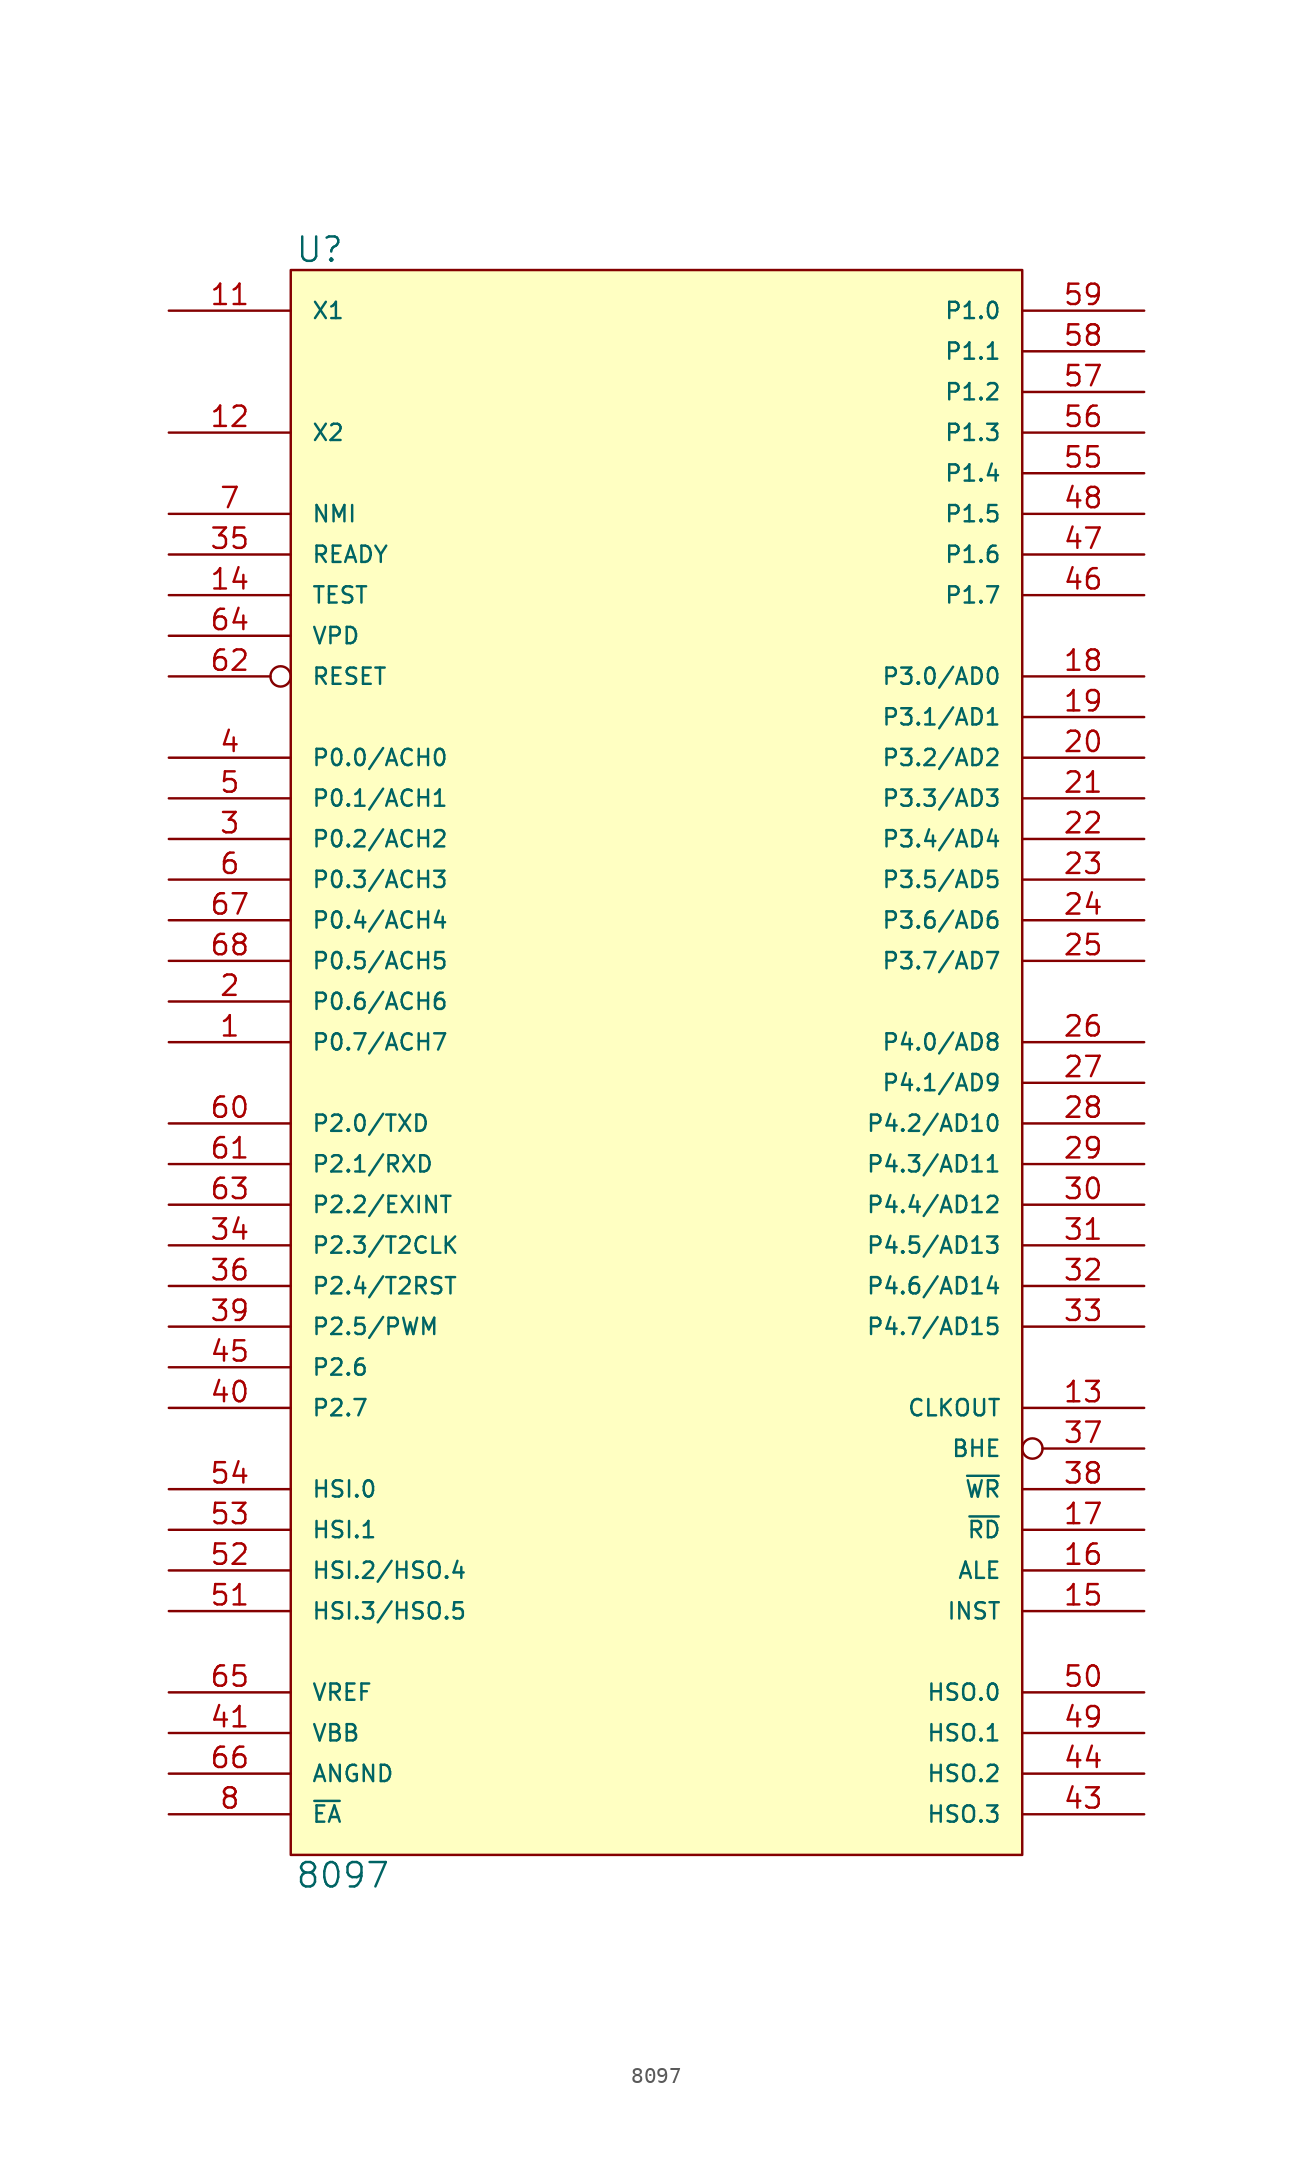
<source format=kicad_sym>
(kicad_symbol_lib
  (version 20231120)
  (generator "kicad_symbol_editor")
  (generator_version "8.0")
  (symbol "8097"
    (pin_names
      (offset 1.27))
    (property "Reference" "U"
      (at 0.254 0.381 0)
      (effects (font (size 1.524 1.524)) (justify left bottom)))
    (property "Value" "8097"
      (at 0.254 -99.441 0)
      (effects (font (size 1.524 1.524)) (justify left top)))
    (symbol "8097_0_1"
      (rectangle (start 0 0) (end 45.72 -99.06) (stroke (width 0) (type solid)) (fill (type background))))
    (symbol "8097_1_1"
      (pin input line (at -7.62 -48.26 0) (length 7.62) (name "P0.7/ACH7" (effects (font (size 1.016 1.016)))) (number "1" (effects (font (size 1.27 1.27)))))
      (pin power_in line (at 0 -99.06 90) (length 0) hide (name "VSS" (effects (font (size 1.016 1.016)))) (number "10" (effects (font (size 1.27 1.27)))))
      (pin input line (at -7.62 -2.54 0) (length 7.62) (name "X1" (effects (font (size 1.016 1.016)))) (number "11" (effects (font (size 1.27 1.27)))))
      (pin input line (at -7.62 -10.16 0) (length 7.62) (name "X2" (effects (font (size 1.016 1.016)))) (number "12" (effects (font (size 1.27 1.27)))))
      (pin output line (at 53.34 -71.12 180) (length 7.62) (name "CLKOUT" (effects (font (size 1.016 1.016)))) (number "13" (effects (font (size 1.27 1.27)))))
      (pin input line (at -7.62 -20.32 0) (length 7.62) (name "TEST" (effects (font (size 1.016 1.016)))) (number "14" (effects (font (size 1.27 1.27)))))
      (pin output line (at 53.34 -83.82 180) (length 7.62) (name "INST" (effects (font (size 1.016 1.016)))) (number "15" (effects (font (size 1.27 1.27)))))
      (pin output line (at 53.34 -81.28 180) (length 7.62) (name "ALE" (effects (font (size 1.016 1.016)))) (number "16" (effects (font (size 1.27 1.27)))))
      (pin output line (at 53.34 -78.74 180) (length 7.62) (name "~{RD}" (effects (font (size 1.016 1.016)))) (number "17" (effects (font (size 1.27 1.27)))))
      (pin bidirectional line (at 53.34 -25.4 180) (length 7.62) (name "P3.0/AD0" (effects (font (size 1.016 1.016)))) (number "18" (effects (font (size 1.27 1.27)))))
      (pin bidirectional line (at 53.34 -27.94 180) (length 7.62) (name "P3.1/AD1" (effects (font (size 1.016 1.016)))) (number "19" (effects (font (size 1.27 1.27)))))
      (pin input line (at -7.62 -45.72 0) (length 7.62) (name "P0.6/ACH6" (effects (font (size 1.016 1.016)))) (number "2" (effects (font (size 1.27 1.27)))))
      (pin bidirectional line (at 53.34 -30.48 180) (length 7.62) (name "P3.2/AD2" (effects (font (size 1.016 1.016)))) (number "20" (effects (font (size 1.27 1.27)))))
      (pin bidirectional line (at 53.34 -33.02 180) (length 7.62) (name "P3.3/AD3" (effects (font (size 1.016 1.016)))) (number "21" (effects (font (size 1.27 1.27)))))
      (pin bidirectional line (at 53.34 -35.56 180) (length 7.62) (name "P3.4/AD4" (effects (font (size 1.016 1.016)))) (number "22" (effects (font (size 1.27 1.27)))))
      (pin bidirectional line (at 53.34 -38.1 180) (length 7.62) (name "P3.5/AD5" (effects (font (size 1.016 1.016)))) (number "23" (effects (font (size 1.27 1.27)))))
      (pin bidirectional line (at 53.34 -40.64 180) (length 7.62) (name "P3.6/AD6" (effects (font (size 1.016 1.016)))) (number "24" (effects (font (size 1.27 1.27)))))
      (pin bidirectional line (at 53.34 -43.18 180) (length 7.62) (name "P3.7/AD7" (effects (font (size 1.016 1.016)))) (number "25" (effects (font (size 1.27 1.27)))))
      (pin bidirectional line (at 53.34 -48.26 180) (length 7.62) (name "P4.0/AD8" (effects (font (size 1.016 1.016)))) (number "26" (effects (font (size 1.27 1.27)))))
      (pin bidirectional line (at 53.34 -50.8 180) (length 7.62) (name "P4.1/AD9" (effects (font (size 1.016 1.016)))) (number "27" (effects (font (size 1.27 1.27)))))
      (pin bidirectional line (at 53.34 -53.34 180) (length 7.62) (name "P4.2/AD10" (effects (font (size 1.016 1.016)))) (number "28" (effects (font (size 1.27 1.27)))))
      (pin bidirectional line (at 53.34 -55.88 180) (length 7.62) (name "P4.3/AD11" (effects (font (size 1.016 1.016)))) (number "29" (effects (font (size 1.27 1.27)))))
      (pin input line (at -7.62 -35.56 0) (length 7.62) (name "P0.2/ACH2" (effects (font (size 1.016 1.016)))) (number "3" (effects (font (size 1.27 1.27)))))
      (pin bidirectional line (at 53.34 -58.42 180) (length 7.62) (name "P4.4/AD12" (effects (font (size 1.016 1.016)))) (number "30" (effects (font (size 1.27 1.27)))))
      (pin bidirectional line (at 53.34 -60.96 180) (length 7.62) (name "P4.5/AD13" (effects (font (size 1.016 1.016)))) (number "31" (effects (font (size 1.27 1.27)))))
      (pin bidirectional line (at 53.34 -63.5 180) (length 7.62) (name "P4.6/AD14" (effects (font (size 1.016 1.016)))) (number "32" (effects (font (size 1.27 1.27)))))
      (pin bidirectional line (at 53.34 -66.04 180) (length 7.62) (name "P4.7/AD15" (effects (font (size 1.016 1.016)))) (number "33" (effects (font (size 1.27 1.27)))))
      (pin input line (at -7.62 -60.96 0) (length 7.62) (name "P2.3/T2CLK" (effects (font (size 1.016 1.016)))) (number "34" (effects (font (size 1.27 1.27)))))
      (pin input line (at -7.62 -17.78 0) (length 7.62) (name "READY" (effects (font (size 1.016 1.016)))) (number "35" (effects (font (size 1.27 1.27)))))
      (pin input line (at -7.62 -63.5 0) (length 7.62) (name "P2.4/T2RST" (effects (font (size 1.016 1.016)))) (number "36" (effects (font (size 1.27 1.27)))))
      (pin output inverted (at 53.34 -73.66 180) (length 7.62) (name "BHE" (effects (font (size 1.016 1.016)))) (number "37" (effects (font (size 1.27 1.27)))))
      (pin output line (at 53.34 -76.2 180) (length 7.62) (name "~{WR}" (effects (font (size 1.016 1.016)))) (number "38" (effects (font (size 1.27 1.27)))))
      (pin output line (at -7.62 -66.04 0) (length 7.62) (name "P2.5/PWM" (effects (font (size 1.016 1.016)))) (number "39" (effects (font (size 1.27 1.27)))))
      (pin input line (at -7.62 -30.48 0) (length 7.62) (name "P0.0/ACH0" (effects (font (size 1.016 1.016)))) (number "4" (effects (font (size 1.27 1.27)))))
      (pin bidirectional line (at -7.62 -71.12 0) (length 7.62) (name "P2.7" (effects (font (size 1.016 1.016)))) (number "40" (effects (font (size 1.27 1.27)))))
      (pin input line (at -7.62 -91.44 0) (length 7.62) (name "VBB" (effects (font (size 1.016 1.016)))) (number "41" (effects (font (size 1.27 1.27)))))
      (pin power_in line (at 10.16 -99.06 90) (length 0) hide (name "VSS" (effects (font (size 1.016 1.016)))) (number "42" (effects (font (size 1.27 1.27)))))
      (pin output line (at 53.34 -96.52 180) (length 7.62) (name "HSO.3" (effects (font (size 1.016 1.016)))) (number "43" (effects (font (size 1.27 1.27)))))
      (pin output line (at 53.34 -93.98 180) (length 7.62) (name "HSO.2" (effects (font (size 1.016 1.016)))) (number "44" (effects (font (size 1.27 1.27)))))
      (pin bidirectional line (at -7.62 -68.58 0) (length 7.62) (name "P2.6" (effects (font (size 1.016 1.016)))) (number "45" (effects (font (size 1.27 1.27)))))
      (pin bidirectional line (at 53.34 -20.32 180) (length 7.62) (name "P1.7" (effects (font (size 1.016 1.016)))) (number "46" (effects (font (size 1.27 1.27)))))
      (pin bidirectional line (at 53.34 -17.78 180) (length 7.62) (name "P1.6" (effects (font (size 1.016 1.016)))) (number "47" (effects (font (size 1.27 1.27)))))
      (pin bidirectional line (at 53.34 -15.24 180) (length 7.62) (name "P1.5" (effects (font (size 1.016 1.016)))) (number "48" (effects (font (size 1.27 1.27)))))
      (pin output line (at 53.34 -91.44 180) (length 7.62) (name "HSO.1" (effects (font (size 1.016 1.016)))) (number "49" (effects (font (size 1.27 1.27)))))
      (pin input line (at -7.62 -33.02 0) (length 7.62) (name "P0.1/ACH1" (effects (font (size 1.016 1.016)))) (number "5" (effects (font (size 1.27 1.27)))))
      (pin output line (at 53.34 -88.9 180) (length 7.62) (name "HSO.0" (effects (font (size 1.016 1.016)))) (number "50" (effects (font (size 1.27 1.27)))))
      (pin bidirectional line (at -7.62 -83.82 0) (length 7.62) (name "HSI.3/HSO.5" (effects (font (size 1.016 1.016)))) (number "51" (effects (font (size 1.27 1.27)))))
      (pin bidirectional line (at -7.62 -81.28 0) (length 7.62) (name "HSI.2/HSO.4" (effects (font (size 1.016 1.016)))) (number "52" (effects (font (size 1.27 1.27)))))
      (pin input line (at -7.62 -78.74 0) (length 7.62) (name "HSI.1" (effects (font (size 1.016 1.016)))) (number "53" (effects (font (size 1.27 1.27)))))
      (pin input line (at -7.62 -76.2 0) (length 7.62) (name "HSI.0" (effects (font (size 1.016 1.016)))) (number "54" (effects (font (size 1.27 1.27)))))
      (pin bidirectional line (at 53.34 -12.7 180) (length 7.62) (name "P1.4" (effects (font (size 1.016 1.016)))) (number "55" (effects (font (size 1.27 1.27)))))
      (pin bidirectional line (at 53.34 -10.16 180) (length 7.62) (name "P1.3" (effects (font (size 1.016 1.016)))) (number "56" (effects (font (size 1.27 1.27)))))
      (pin bidirectional line (at 53.34 -7.62 180) (length 7.62) (name "P1.2" (effects (font (size 1.016 1.016)))) (number "57" (effects (font (size 1.27 1.27)))))
      (pin bidirectional line (at 53.34 -5.08 180) (length 7.62) (name "P1.1" (effects (font (size 1.016 1.016)))) (number "58" (effects (font (size 1.27 1.27)))))
      (pin bidirectional line (at 53.34 -2.54 180) (length 7.62) (name "P1.0" (effects (font (size 1.016 1.016)))) (number "59" (effects (font (size 1.27 1.27)))))
      (pin input line (at -7.62 -38.1 0) (length 7.62) (name "P0.3/ACH3" (effects (font (size 1.016 1.016)))) (number "6" (effects (font (size 1.27 1.27)))))
      (pin output line (at -7.62 -53.34 0) (length 7.62) (name "P2.0/TXD" (effects (font (size 1.016 1.016)))) (number "60" (effects (font (size 1.27 1.27)))))
      (pin input line (at -7.62 -55.88 0) (length 7.62) (name "P2.1/RXD" (effects (font (size 1.016 1.016)))) (number "61" (effects (font (size 1.27 1.27)))))
      (pin input inverted (at -7.62 -25.4 0) (length 7.62) (name "RESET" (effects (font (size 1.016 1.016)))) (number "62" (effects (font (size 1.27 1.27)))))
      (pin input line (at -7.62 -58.42 0) (length 7.62) (name "P2.2/EXINT" (effects (font (size 1.016 1.016)))) (number "63" (effects (font (size 1.27 1.27)))))
      (pin input line (at -7.62 -22.86 0) (length 7.62) (name "VPD" (effects (font (size 1.016 1.016)))) (number "64" (effects (font (size 1.27 1.27)))))
      (pin input line (at -7.62 -88.9 0) (length 7.62) (name "VREF" (effects (font (size 1.016 1.016)))) (number "65" (effects (font (size 1.27 1.27)))))
      (pin input line (at -7.62 -93.98 0) (length 7.62) (name "ANGND" (effects (font (size 1.016 1.016)))) (number "66" (effects (font (size 1.27 1.27)))))
      (pin input line (at -7.62 -40.64 0) (length 7.62) (name "P0.4/ACH4" (effects (font (size 1.016 1.016)))) (number "67" (effects (font (size 1.27 1.27)))))
      (pin input line (at -7.62 -43.18 0) (length 7.62) (name "P0.5/ACH5" (effects (font (size 1.016 1.016)))) (number "68" (effects (font (size 1.27 1.27)))))
      (pin input line (at -7.62 -15.24 0) (length 7.62) (name "NMI" (effects (font (size 1.016 1.016)))) (number "7" (effects (font (size 1.27 1.27)))))
      (pin input line (at -7.62 -96.52 0) (length 7.62) (name "~{EA}" (effects (font (size 1.016 1.016)))) (number "8" (effects (font (size 1.27 1.27)))))
      (pin power_in line (at 0 0 270) (length 0) hide (name "VCC" (effects (font (size 1.016 1.016)))) (number "9" (effects (font (size 1.27 1.27))))))))
</source>
